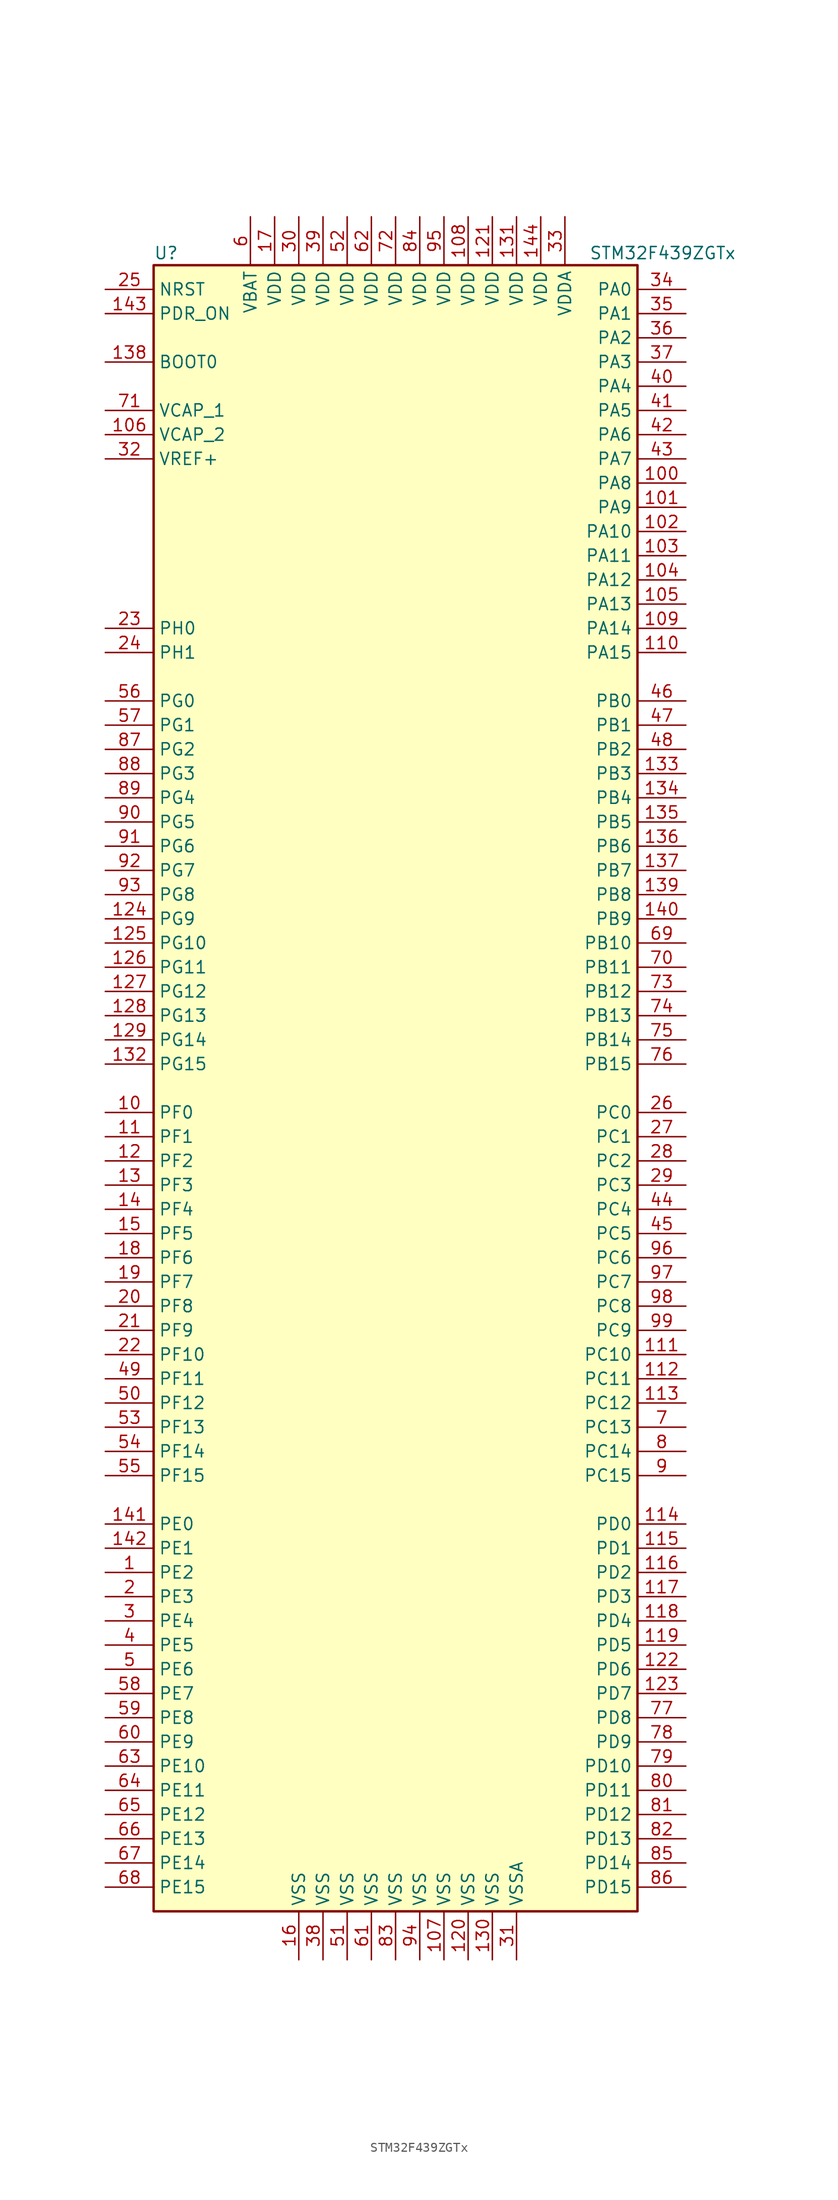
<source format=kicad_sym>
(kicad_symbol_lib
  (version 20201005)
  (generator kicad_symbol_editor)
  (symbol "MCU_ST_STM32F4:STM32F439ZGTx"
    (property "Reference" "U"
      (at -25.4 87.63 0)
      (effects (font (size 1.27 1.27)) (justify left)))
    (property "Value" "STM32F439ZGTx"
      (at 20.32 87.63 0)
      (effects (font (size 1.27 1.27)) (justify left)))
    (symbol "STM32F439ZGTx_0_1"
      (rectangle (start -25.4 -86.36) (end 25.4 86.36) (stroke (width 0.254)) (fill (type background))))
    (symbol "STM32F439ZGTx_1_1"
      (pin input line (at -30.48 76.2 0) (length 5.08) (name "BOOT0" (effects (font (size 1.27 1.27)))) (number "138" (effects (font (size 1.27 1.27)))))
      (pin input line (at -30.48 83.82 0) (length 5.08) (name "NRST" (effects (font (size 1.27 1.27)))) (number "25" (effects (font (size 1.27 1.27)))))
      (pin bidirectional line (at 30.48 83.82 180) (length 5.08) (name "PA0" (effects (font (size 1.27 1.27)))) (number "34" (effects (font (size 1.27 1.27)))))
      (pin bidirectional line (at 30.48 81.28 180) (length 5.08) (name "PA1" (effects (font (size 1.27 1.27)))) (number "35" (effects (font (size 1.27 1.27)))))
      (pin bidirectional line (at 30.48 58.42 180) (length 5.08) (name "PA10" (effects (font (size 1.27 1.27)))) (number "102" (effects (font (size 1.27 1.27)))))
      (pin bidirectional line (at 30.48 55.88 180) (length 5.08) (name "PA11" (effects (font (size 1.27 1.27)))) (number "103" (effects (font (size 1.27 1.27)))))
      (pin bidirectional line (at 30.48 53.34 180) (length 5.08) (name "PA12" (effects (font (size 1.27 1.27)))) (number "104" (effects (font (size 1.27 1.27)))))
      (pin bidirectional line (at 30.48 50.8 180) (length 5.08) (name "PA13" (effects (font (size 1.27 1.27)))) (number "105" (effects (font (size 1.27 1.27)))))
      (pin bidirectional line (at 30.48 48.26 180) (length 5.08) (name "PA14" (effects (font (size 1.27 1.27)))) (number "109" (effects (font (size 1.27 1.27)))))
      (pin bidirectional line (at 30.48 45.72 180) (length 5.08) (name "PA15" (effects (font (size 1.27 1.27)))) (number "110" (effects (font (size 1.27 1.27)))))
      (pin bidirectional line (at 30.48 78.74 180) (length 5.08) (name "PA2" (effects (font (size 1.27 1.27)))) (number "36" (effects (font (size 1.27 1.27)))))
      (pin bidirectional line (at 30.48 76.2 180) (length 5.08) (name "PA3" (effects (font (size 1.27 1.27)))) (number "37" (effects (font (size 1.27 1.27)))))
      (pin bidirectional line (at 30.48 73.66 180) (length 5.08) (name "PA4" (effects (font (size 1.27 1.27)))) (number "40" (effects (font (size 1.27 1.27)))))
      (pin bidirectional line (at 30.48 71.12 180) (length 5.08) (name "PA5" (effects (font (size 1.27 1.27)))) (number "41" (effects (font (size 1.27 1.27)))))
      (pin bidirectional line (at 30.48 68.58 180) (length 5.08) (name "PA6" (effects (font (size 1.27 1.27)))) (number "42" (effects (font (size 1.27 1.27)))))
      (pin bidirectional line (at 30.48 66.04 180) (length 5.08) (name "PA7" (effects (font (size 1.27 1.27)))) (number "43" (effects (font (size 1.27 1.27)))))
      (pin bidirectional line (at 30.48 63.5 180) (length 5.08) (name "PA8" (effects (font (size 1.27 1.27)))) (number "100" (effects (font (size 1.27 1.27)))))
      (pin bidirectional line (at 30.48 60.96 180) (length 5.08) (name "PA9" (effects (font (size 1.27 1.27)))) (number "101" (effects (font (size 1.27 1.27)))))
      (pin bidirectional line (at 30.48 40.64 180) (length 5.08) (name "PB0" (effects (font (size 1.27 1.27)))) (number "46" (effects (font (size 1.27 1.27)))))
      (pin bidirectional line (at 30.48 38.1 180) (length 5.08) (name "PB1" (effects (font (size 1.27 1.27)))) (number "47" (effects (font (size 1.27 1.27)))))
      (pin bidirectional line (at 30.48 15.24 180) (length 5.08) (name "PB10" (effects (font (size 1.27 1.27)))) (number "69" (effects (font (size 1.27 1.27)))))
      (pin bidirectional line (at 30.48 12.7 180) (length 5.08) (name "PB11" (effects (font (size 1.27 1.27)))) (number "70" (effects (font (size 1.27 1.27)))))
      (pin bidirectional line (at 30.48 10.16 180) (length 5.08) (name "PB12" (effects (font (size 1.27 1.27)))) (number "73" (effects (font (size 1.27 1.27)))))
      (pin bidirectional line (at 30.48 7.62 180) (length 5.08) (name "PB13" (effects (font (size 1.27 1.27)))) (number "74" (effects (font (size 1.27 1.27)))))
      (pin bidirectional line (at 30.48 5.08 180) (length 5.08) (name "PB14" (effects (font (size 1.27 1.27)))) (number "75" (effects (font (size 1.27 1.27)))))
      (pin bidirectional line (at 30.48 2.54 180) (length 5.08) (name "PB15" (effects (font (size 1.27 1.27)))) (number "76" (effects (font (size 1.27 1.27)))))
      (pin bidirectional line (at 30.48 35.56 180) (length 5.08) (name "PB2" (effects (font (size 1.27 1.27)))) (number "48" (effects (font (size 1.27 1.27)))))
      (pin bidirectional line (at 30.48 33.02 180) (length 5.08) (name "PB3" (effects (font (size 1.27 1.27)))) (number "133" (effects (font (size 1.27 1.27)))))
      (pin bidirectional line (at 30.48 30.48 180) (length 5.08) (name "PB4" (effects (font (size 1.27 1.27)))) (number "134" (effects (font (size 1.27 1.27)))))
      (pin bidirectional line (at 30.48 27.94 180) (length 5.08) (name "PB5" (effects (font (size 1.27 1.27)))) (number "135" (effects (font (size 1.27 1.27)))))
      (pin bidirectional line (at 30.48 25.4 180) (length 5.08) (name "PB6" (effects (font (size 1.27 1.27)))) (number "136" (effects (font (size 1.27 1.27)))))
      (pin bidirectional line (at 30.48 22.86 180) (length 5.08) (name "PB7" (effects (font (size 1.27 1.27)))) (number "137" (effects (font (size 1.27 1.27)))))
      (pin bidirectional line (at 30.48 20.32 180) (length 5.08) (name "PB8" (effects (font (size 1.27 1.27)))) (number "139" (effects (font (size 1.27 1.27)))))
      (pin bidirectional line (at 30.48 17.78 180) (length 5.08) (name "PB9" (effects (font (size 1.27 1.27)))) (number "140" (effects (font (size 1.27 1.27)))))
      (pin bidirectional line (at 30.48 -2.54 180) (length 5.08) (name "PC0" (effects (font (size 1.27 1.27)))) (number "26" (effects (font (size 1.27 1.27)))))
      (pin bidirectional line (at 30.48 -5.08 180) (length 5.08) (name "PC1" (effects (font (size 1.27 1.27)))) (number "27" (effects (font (size 1.27 1.27)))))
      (pin bidirectional line (at 30.48 -27.94 180) (length 5.08) (name "PC10" (effects (font (size 1.27 1.27)))) (number "111" (effects (font (size 1.27 1.27)))))
      (pin bidirectional line (at 30.48 -30.48 180) (length 5.08) (name "PC11" (effects (font (size 1.27 1.27)))) (number "112" (effects (font (size 1.27 1.27)))))
      (pin bidirectional line (at 30.48 -33.02 180) (length 5.08) (name "PC12" (effects (font (size 1.27 1.27)))) (number "113" (effects (font (size 1.27 1.27)))))
      (pin bidirectional line (at 30.48 -35.56 180) (length 5.08) (name "PC13" (effects (font (size 1.27 1.27)))) (number "7" (effects (font (size 1.27 1.27)))))
      (pin bidirectional line (at 30.48 -38.1 180) (length 5.08) (name "PC14" (effects (font (size 1.27 1.27)))) (number "8" (effects (font (size 1.27 1.27)))))
      (pin bidirectional line (at 30.48 -40.64 180) (length 5.08) (name "PC15" (effects (font (size 1.27 1.27)))) (number "9" (effects (font (size 1.27 1.27)))))
      (pin bidirectional line (at 30.48 -7.62 180) (length 5.08) (name "PC2" (effects (font (size 1.27 1.27)))) (number "28" (effects (font (size 1.27 1.27)))))
      (pin bidirectional line (at 30.48 -10.16 180) (length 5.08) (name "PC3" (effects (font (size 1.27 1.27)))) (number "29" (effects (font (size 1.27 1.27)))))
      (pin bidirectional line (at 30.48 -12.7 180) (length 5.08) (name "PC4" (effects (font (size 1.27 1.27)))) (number "44" (effects (font (size 1.27 1.27)))))
      (pin bidirectional line (at 30.48 -15.24 180) (length 5.08) (name "PC5" (effects (font (size 1.27 1.27)))) (number "45" (effects (font (size 1.27 1.27)))))
      (pin bidirectional line (at 30.48 -17.78 180) (length 5.08) (name "PC6" (effects (font (size 1.27 1.27)))) (number "96" (effects (font (size 1.27 1.27)))))
      (pin bidirectional line (at 30.48 -20.32 180) (length 5.08) (name "PC7" (effects (font (size 1.27 1.27)))) (number "97" (effects (font (size 1.27 1.27)))))
      (pin bidirectional line (at 30.48 -22.86 180) (length 5.08) (name "PC8" (effects (font (size 1.27 1.27)))) (number "98" (effects (font (size 1.27 1.27)))))
      (pin bidirectional line (at 30.48 -25.4 180) (length 5.08) (name "PC9" (effects (font (size 1.27 1.27)))) (number "99" (effects (font (size 1.27 1.27)))))
      (pin bidirectional line (at 30.48 -45.72 180) (length 5.08) (name "PD0" (effects (font (size 1.27 1.27)))) (number "114" (effects (font (size 1.27 1.27)))))
      (pin bidirectional line (at 30.48 -48.26 180) (length 5.08) (name "PD1" (effects (font (size 1.27 1.27)))) (number "115" (effects (font (size 1.27 1.27)))))
      (pin bidirectional line (at 30.48 -71.12 180) (length 5.08) (name "PD10" (effects (font (size 1.27 1.27)))) (number "79" (effects (font (size 1.27 1.27)))))
      (pin bidirectional line (at 30.48 -73.66 180) (length 5.08) (name "PD11" (effects (font (size 1.27 1.27)))) (number "80" (effects (font (size 1.27 1.27)))))
      (pin bidirectional line (at 30.48 -76.2 180) (length 5.08) (name "PD12" (effects (font (size 1.27 1.27)))) (number "81" (effects (font (size 1.27 1.27)))))
      (pin bidirectional line (at 30.48 -78.74 180) (length 5.08) (name "PD13" (effects (font (size 1.27 1.27)))) (number "82" (effects (font (size 1.27 1.27)))))
      (pin bidirectional line (at 30.48 -81.28 180) (length 5.08) (name "PD14" (effects (font (size 1.27 1.27)))) (number "85" (effects (font (size 1.27 1.27)))))
      (pin bidirectional line (at 30.48 -83.82 180) (length 5.08) (name "PD15" (effects (font (size 1.27 1.27)))) (number "86" (effects (font (size 1.27 1.27)))))
      (pin bidirectional line (at 30.48 -50.8 180) (length 5.08) (name "PD2" (effects (font (size 1.27 1.27)))) (number "116" (effects (font (size 1.27 1.27)))))
      (pin bidirectional line (at 30.48 -53.34 180) (length 5.08) (name "PD3" (effects (font (size 1.27 1.27)))) (number "117" (effects (font (size 1.27 1.27)))))
      (pin bidirectional line (at 30.48 -55.88 180) (length 5.08) (name "PD4" (effects (font (size 1.27 1.27)))) (number "118" (effects (font (size 1.27 1.27)))))
      (pin bidirectional line (at 30.48 -58.42 180) (length 5.08) (name "PD5" (effects (font (size 1.27 1.27)))) (number "119" (effects (font (size 1.27 1.27)))))
      (pin bidirectional line (at 30.48 -60.96 180) (length 5.08) (name "PD6" (effects (font (size 1.27 1.27)))) (number "122" (effects (font (size 1.27 1.27)))))
      (pin bidirectional line (at 30.48 -63.5 180) (length 5.08) (name "PD7" (effects (font (size 1.27 1.27)))) (number "123" (effects (font (size 1.27 1.27)))))
      (pin bidirectional line (at 30.48 -66.04 180) (length 5.08) (name "PD8" (effects (font (size 1.27 1.27)))) (number "77" (effects (font (size 1.27 1.27)))))
      (pin bidirectional line (at 30.48 -68.58 180) (length 5.08) (name "PD9" (effects (font (size 1.27 1.27)))) (number "78" (effects (font (size 1.27 1.27)))))
      (pin input line (at -30.48 81.28 0) (length 5.08) (name "PDR_ON" (effects (font (size 1.27 1.27)))) (number "143" (effects (font (size 1.27 1.27)))))
      (pin bidirectional line (at -30.48 -45.72 0) (length 5.08) (name "PE0" (effects (font (size 1.27 1.27)))) (number "141" (effects (font (size 1.27 1.27)))))
      (pin bidirectional line (at -30.48 -48.26 0) (length 5.08) (name "PE1" (effects (font (size 1.27 1.27)))) (number "142" (effects (font (size 1.27 1.27)))))
      (pin bidirectional line (at -30.48 -71.12 0) (length 5.08) (name "PE10" (effects (font (size 1.27 1.27)))) (number "63" (effects (font (size 1.27 1.27)))))
      (pin bidirectional line (at -30.48 -73.66 0) (length 5.08) (name "PE11" (effects (font (size 1.27 1.27)))) (number "64" (effects (font (size 1.27 1.27)))))
      (pin bidirectional line (at -30.48 -76.2 0) (length 5.08) (name "PE12" (effects (font (size 1.27 1.27)))) (number "65" (effects (font (size 1.27 1.27)))))
      (pin bidirectional line (at -30.48 -78.74 0) (length 5.08) (name "PE13" (effects (font (size 1.27 1.27)))) (number "66" (effects (font (size 1.27 1.27)))))
      (pin bidirectional line (at -30.48 -81.28 0) (length 5.08) (name "PE14" (effects (font (size 1.27 1.27)))) (number "67" (effects (font (size 1.27 1.27)))))
      (pin bidirectional line (at -30.48 -83.82 0) (length 5.08) (name "PE15" (effects (font (size 1.27 1.27)))) (number "68" (effects (font (size 1.27 1.27)))))
      (pin bidirectional line (at -30.48 -50.8 0) (length 5.08) (name "PE2" (effects (font (size 1.27 1.27)))) (number "1" (effects (font (size 1.27 1.27)))))
      (pin bidirectional line (at -30.48 -53.34 0) (length 5.08) (name "PE3" (effects (font (size 1.27 1.27)))) (number "2" (effects (font (size 1.27 1.27)))))
      (pin bidirectional line (at -30.48 -55.88 0) (length 5.08) (name "PE4" (effects (font (size 1.27 1.27)))) (number "3" (effects (font (size 1.27 1.27)))))
      (pin bidirectional line (at -30.48 -58.42 0) (length 5.08) (name "PE5" (effects (font (size 1.27 1.27)))) (number "4" (effects (font (size 1.27 1.27)))))
      (pin bidirectional line (at -30.48 -60.96 0) (length 5.08) (name "PE6" (effects (font (size 1.27 1.27)))) (number "5" (effects (font (size 1.27 1.27)))))
      (pin bidirectional line (at -30.48 -63.5 0) (length 5.08) (name "PE7" (effects (font (size 1.27 1.27)))) (number "58" (effects (font (size 1.27 1.27)))))
      (pin bidirectional line (at -30.48 -66.04 0) (length 5.08) (name "PE8" (effects (font (size 1.27 1.27)))) (number "59" (effects (font (size 1.27 1.27)))))
      (pin bidirectional line (at -30.48 -68.58 0) (length 5.08) (name "PE9" (effects (font (size 1.27 1.27)))) (number "60" (effects (font (size 1.27 1.27)))))
      (pin bidirectional line (at -30.48 -2.54 0) (length 5.08) (name "PF0" (effects (font (size 1.27 1.27)))) (number "10" (effects (font (size 1.27 1.27)))))
      (pin bidirectional line (at -30.48 -5.08 0) (length 5.08) (name "PF1" (effects (font (size 1.27 1.27)))) (number "11" (effects (font (size 1.27 1.27)))))
      (pin bidirectional line (at -30.48 -27.94 0) (length 5.08) (name "PF10" (effects (font (size 1.27 1.27)))) (number "22" (effects (font (size 1.27 1.27)))))
      (pin bidirectional line (at -30.48 -30.48 0) (length 5.08) (name "PF11" (effects (font (size 1.27 1.27)))) (number "49" (effects (font (size 1.27 1.27)))))
      (pin bidirectional line (at -30.48 -33.02 0) (length 5.08) (name "PF12" (effects (font (size 1.27 1.27)))) (number "50" (effects (font (size 1.27 1.27)))))
      (pin bidirectional line (at -30.48 -35.56 0) (length 5.08) (name "PF13" (effects (font (size 1.27 1.27)))) (number "53" (effects (font (size 1.27 1.27)))))
      (pin bidirectional line (at -30.48 -38.1 0) (length 5.08) (name "PF14" (effects (font (size 1.27 1.27)))) (number "54" (effects (font (size 1.27 1.27)))))
      (pin bidirectional line (at -30.48 -40.64 0) (length 5.08) (name "PF15" (effects (font (size 1.27 1.27)))) (number "55" (effects (font (size 1.27 1.27)))))
      (pin bidirectional line (at -30.48 -7.62 0) (length 5.08) (name "PF2" (effects (font (size 1.27 1.27)))) (number "12" (effects (font (size 1.27 1.27)))))
      (pin bidirectional line (at -30.48 -10.16 0) (length 5.08) (name "PF3" (effects (font (size 1.27 1.27)))) (number "13" (effects (font (size 1.27 1.27)))))
      (pin bidirectional line (at -30.48 -12.7 0) (length 5.08) (name "PF4" (effects (font (size 1.27 1.27)))) (number "14" (effects (font (size 1.27 1.27)))))
      (pin bidirectional line (at -30.48 -15.24 0) (length 5.08) (name "PF5" (effects (font (size 1.27 1.27)))) (number "15" (effects (font (size 1.27 1.27)))))
      (pin bidirectional line (at -30.48 -17.78 0) (length 5.08) (name "PF6" (effects (font (size 1.27 1.27)))) (number "18" (effects (font (size 1.27 1.27)))))
      (pin bidirectional line (at -30.48 -20.32 0) (length 5.08) (name "PF7" (effects (font (size 1.27 1.27)))) (number "19" (effects (font (size 1.27 1.27)))))
      (pin bidirectional line (at -30.48 -22.86 0) (length 5.08) (name "PF8" (effects (font (size 1.27 1.27)))) (number "20" (effects (font (size 1.27 1.27)))))
      (pin bidirectional line (at -30.48 -25.4 0) (length 5.08) (name "PF9" (effects (font (size 1.27 1.27)))) (number "21" (effects (font (size 1.27 1.27)))))
      (pin bidirectional line (at -30.48 40.64 0) (length 5.08) (name "PG0" (effects (font (size 1.27 1.27)))) (number "56" (effects (font (size 1.27 1.27)))))
      (pin bidirectional line (at -30.48 38.1 0) (length 5.08) (name "PG1" (effects (font (size 1.27 1.27)))) (number "57" (effects (font (size 1.27 1.27)))))
      (pin bidirectional line (at -30.48 15.24 0) (length 5.08) (name "PG10" (effects (font (size 1.27 1.27)))) (number "125" (effects (font (size 1.27 1.27)))))
      (pin bidirectional line (at -30.48 12.7 0) (length 5.08) (name "PG11" (effects (font (size 1.27 1.27)))) (number "126" (effects (font (size 1.27 1.27)))))
      (pin bidirectional line (at -30.48 10.16 0) (length 5.08) (name "PG12" (effects (font (size 1.27 1.27)))) (number "127" (effects (font (size 1.27 1.27)))))
      (pin bidirectional line (at -30.48 7.62 0) (length 5.08) (name "PG13" (effects (font (size 1.27 1.27)))) (number "128" (effects (font (size 1.27 1.27)))))
      (pin bidirectional line (at -30.48 5.08 0) (length 5.08) (name "PG14" (effects (font (size 1.27 1.27)))) (number "129" (effects (font (size 1.27 1.27)))))
      (pin bidirectional line (at -30.48 2.54 0) (length 5.08) (name "PG15" (effects (font (size 1.27 1.27)))) (number "132" (effects (font (size 1.27 1.27)))))
      (pin bidirectional line (at -30.48 35.56 0) (length 5.08) (name "PG2" (effects (font (size 1.27 1.27)))) (number "87" (effects (font (size 1.27 1.27)))))
      (pin bidirectional line (at -30.48 33.02 0) (length 5.08) (name "PG3" (effects (font (size 1.27 1.27)))) (number "88" (effects (font (size 1.27 1.27)))))
      (pin bidirectional line (at -30.48 30.48 0) (length 5.08) (name "PG4" (effects (font (size 1.27 1.27)))) (number "89" (effects (font (size 1.27 1.27)))))
      (pin bidirectional line (at -30.48 27.94 0) (length 5.08) (name "PG5" (effects (font (size 1.27 1.27)))) (number "90" (effects (font (size 1.27 1.27)))))
      (pin bidirectional line (at -30.48 25.4 0) (length 5.08) (name "PG6" (effects (font (size 1.27 1.27)))) (number "91" (effects (font (size 1.27 1.27)))))
      (pin bidirectional line (at -30.48 22.86 0) (length 5.08) (name "PG7" (effects (font (size 1.27 1.27)))) (number "92" (effects (font (size 1.27 1.27)))))
      (pin bidirectional line (at -30.48 20.32 0) (length 5.08) (name "PG8" (effects (font (size 1.27 1.27)))) (number "93" (effects (font (size 1.27 1.27)))))
      (pin bidirectional line (at -30.48 17.78 0) (length 5.08) (name "PG9" (effects (font (size 1.27 1.27)))) (number "124" (effects (font (size 1.27 1.27)))))
      (pin input line (at -30.48 48.26 0) (length 5.08) (name "PH0" (effects (font (size 1.27 1.27)))) (number "23" (effects (font (size 1.27 1.27)))))
      (pin input line (at -30.48 45.72 0) (length 5.08) (name "PH1" (effects (font (size 1.27 1.27)))) (number "24" (effects (font (size 1.27 1.27)))))
      (pin power_in line (at -15.24 91.44 270) (length 5.08) (name "VBAT" (effects (font (size 1.27 1.27)))) (number "6" (effects (font (size 1.27 1.27)))))
      (pin power_in line (at -30.48 71.12 0) (length 5.08) (name "VCAP_1" (effects (font (size 1.27 1.27)))) (number "71" (effects (font (size 1.27 1.27)))))
      (pin power_in line (at -30.48 68.58 0) (length 5.08) (name "VCAP_2" (effects (font (size 1.27 1.27)))) (number "106" (effects (font (size 1.27 1.27)))))
      (pin power_in line (at 7.62 91.44 270) (length 5.08) (name "VDD" (effects (font (size 1.27 1.27)))) (number "108" (effects (font (size 1.27 1.27)))))
      (pin power_in line (at 10.16 91.44 270) (length 5.08) (name "VDD" (effects (font (size 1.27 1.27)))) (number "121" (effects (font (size 1.27 1.27)))))
      (pin power_in line (at 12.7 91.44 270) (length 5.08) (name "VDD" (effects (font (size 1.27 1.27)))) (number "131" (effects (font (size 1.27 1.27)))))
      (pin power_in line (at 15.24 91.44 270) (length 5.08) (name "VDD" (effects (font (size 1.27 1.27)))) (number "144" (effects (font (size 1.27 1.27)))))
      (pin power_in line (at -12.7 91.44 270) (length 5.08) (name "VDD" (effects (font (size 1.27 1.27)))) (number "17" (effects (font (size 1.27 1.27)))))
      (pin power_in line (at -10.16 91.44 270) (length 5.08) (name "VDD" (effects (font (size 1.27 1.27)))) (number "30" (effects (font (size 1.27 1.27)))))
      (pin power_in line (at -7.62 91.44 270) (length 5.08) (name "VDD" (effects (font (size 1.27 1.27)))) (number "39" (effects (font (size 1.27 1.27)))))
      (pin power_in line (at -5.08 91.44 270) (length 5.08) (name "VDD" (effects (font (size 1.27 1.27)))) (number "52" (effects (font (size 1.27 1.27)))))
      (pin power_in line (at -2.54 91.44 270) (length 5.08) (name "VDD" (effects (font (size 1.27 1.27)))) (number "62" (effects (font (size 1.27 1.27)))))
      (pin power_in line (at 0 91.44 270) (length 5.08) (name "VDD" (effects (font (size 1.27 1.27)))) (number "72" (effects (font (size 1.27 1.27)))))
      (pin power_in line (at 2.54 91.44 270) (length 5.08) (name "VDD" (effects (font (size 1.27 1.27)))) (number "84" (effects (font (size 1.27 1.27)))))
      (pin power_in line (at 5.08 91.44 270) (length 5.08) (name "VDD" (effects (font (size 1.27 1.27)))) (number "95" (effects (font (size 1.27 1.27)))))
      (pin power_in line (at 17.78 91.44 270) (length 5.08) (name "VDDA" (effects (font (size 1.27 1.27)))) (number "33" (effects (font (size 1.27 1.27)))))
      (pin power_in line (at -30.48 66.04 0) (length 5.08) (name "VREF+" (effects (font (size 1.27 1.27)))) (number "32" (effects (font (size 1.27 1.27)))))
      (pin power_in line (at 5.08 -91.44 90) (length 5.08) (name "VSS" (effects (font (size 1.27 1.27)))) (number "107" (effects (font (size 1.27 1.27)))))
      (pin power_in line (at 7.62 -91.44 90) (length 5.08) (name "VSS" (effects (font (size 1.27 1.27)))) (number "120" (effects (font (size 1.27 1.27)))))
      (pin power_in line (at 10.16 -91.44 90) (length 5.08) (name "VSS" (effects (font (size 1.27 1.27)))) (number "130" (effects (font (size 1.27 1.27)))))
      (pin power_in line (at -10.16 -91.44 90) (length 5.08) (name "VSS" (effects (font (size 1.27 1.27)))) (number "16" (effects (font (size 1.27 1.27)))))
      (pin power_in line (at -7.62 -91.44 90) (length 5.08) (name "VSS" (effects (font (size 1.27 1.27)))) (number "38" (effects (font (size 1.27 1.27)))))
      (pin power_in line (at -5.08 -91.44 90) (length 5.08) (name "VSS" (effects (font (size 1.27 1.27)))) (number "51" (effects (font (size 1.27 1.27)))))
      (pin power_in line (at -2.54 -91.44 90) (length 5.08) (name "VSS" (effects (font (size 1.27 1.27)))) (number "61" (effects (font (size 1.27 1.27)))))
      (pin power_in line (at 0 -91.44 90) (length 5.08) (name "VSS" (effects (font (size 1.27 1.27)))) (number "83" (effects (font (size 1.27 1.27)))))
      (pin power_in line (at 2.54 -91.44 90) (length 5.08) (name "VSS" (effects (font (size 1.27 1.27)))) (number "94" (effects (font (size 1.27 1.27)))))
      (pin power_in line (at 12.7 -91.44 90) (length 5.08) (name "VSSA" (effects (font (size 1.27 1.27)))) (number "31" (effects (font (size 1.27 1.27))))))))
</source>
